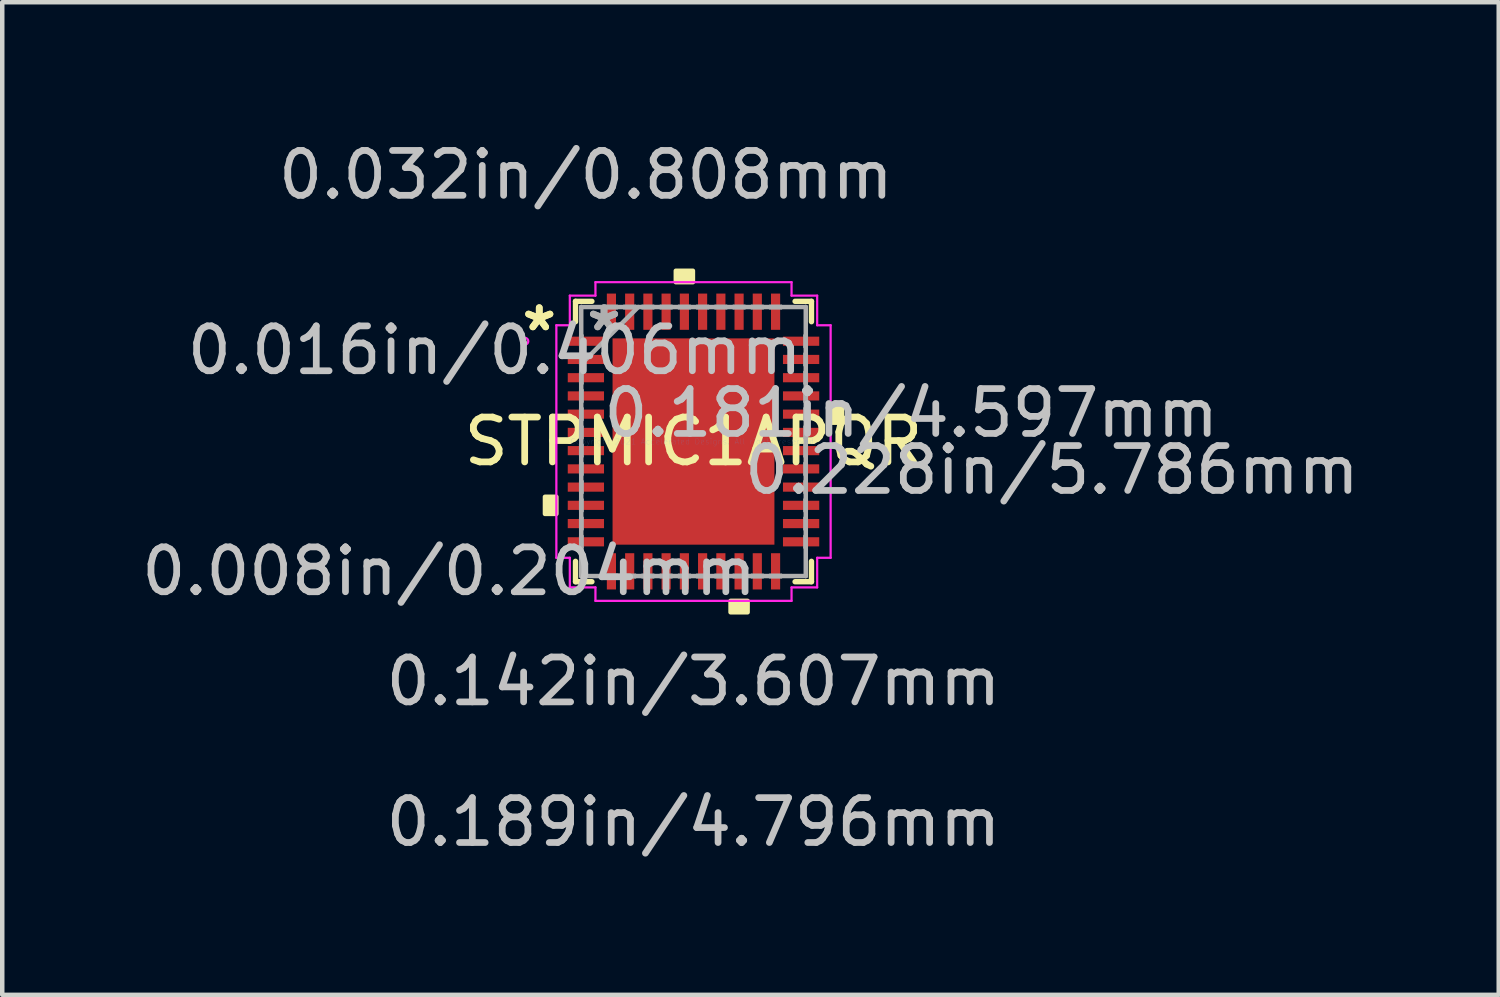
<source format=kicad_pcb>
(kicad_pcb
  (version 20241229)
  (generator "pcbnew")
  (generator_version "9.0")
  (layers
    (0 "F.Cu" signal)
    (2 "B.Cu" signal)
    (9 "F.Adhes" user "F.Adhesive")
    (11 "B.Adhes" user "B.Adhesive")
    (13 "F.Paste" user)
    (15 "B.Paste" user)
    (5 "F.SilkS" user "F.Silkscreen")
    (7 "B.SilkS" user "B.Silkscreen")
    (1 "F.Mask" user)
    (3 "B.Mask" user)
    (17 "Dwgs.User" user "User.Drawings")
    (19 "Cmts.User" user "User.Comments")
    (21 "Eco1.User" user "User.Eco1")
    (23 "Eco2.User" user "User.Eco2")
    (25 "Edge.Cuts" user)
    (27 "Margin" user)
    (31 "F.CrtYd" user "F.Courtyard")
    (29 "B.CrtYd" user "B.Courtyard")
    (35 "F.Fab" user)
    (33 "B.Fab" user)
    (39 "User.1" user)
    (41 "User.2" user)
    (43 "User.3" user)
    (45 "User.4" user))
  (footprint "STPMIC1APQR"
    (layer "F.Cu")
    (at 12.404 6.789)
    (property "Reference" "STPMIC1APQR" (at 0 0 0) (layer "F.SilkS") (effects (font (size 1 1) (thickness 0.15))))
    (attr through_hole)
    (fp_line (start -2.629 -3.124) (end -2.629 -2.67) (stroke (width 0.12) (type solid)) (layer "F.SilkS"))
    (fp_line (start -2.629 2.67) (end -2.629 3.124) (stroke (width 0.12) (type solid)) (layer "F.SilkS"))
    (fp_line (start -2.629 3.124) (end -2.264 3.124) (stroke (width 0.12) (type solid)) (layer "F.SilkS"))
    (fp_line (start -2.264 -3.124) (end -2.629 -3.124) (stroke (width 0.12) (type solid)) (layer "F.SilkS"))
    (fp_line (start 2.264 3.124) (end 2.629 3.124) (stroke (width 0.12) (type solid)) (layer "F.SilkS"))
    (fp_line (start 2.629 -3.124) (end 2.264 -3.124) (stroke (width 0.12) (type solid)) (layer "F.SilkS"))
    (fp_line (start 2.629 -2.67) (end 2.629 -3.124) (stroke (width 0.12) (type solid)) (layer "F.SilkS"))
    (fp_line (start 2.629 3.124) (end 2.629 2.67) (stroke (width 0.12) (type solid)) (layer "F.SilkS"))
    (fp_poly (pts (xy -3.31 1.232) (xy -3.31 1.613) (xy -3.056 1.613) (xy -3.056 1.232)) (stroke (width 0.1) (type solid)) (fill yes) (layer "F.SilkS"))
    (fp_poly (pts (xy -0.394 -3.551) (xy -0.394 -3.805) (xy -0.013 -3.805) (xy -0.013 -3.551)) (stroke (width 0.1) (type solid)) (fill yes) (layer "F.SilkS"))
    (fp_poly (pts (xy 0.826 3.551) (xy 0.826 3.805) (xy 1.206 3.805) (xy 1.206 3.551)) (stroke (width 0.1) (type solid)) (fill yes) (layer "F.SilkS"))
    (fp_poly (pts (xy 3.31 -0.8) (xy 3.31 -0.419) (xy 3.056 -0.419) (xy 3.056 -0.8)) (stroke (width 0.1) (type solid)) (fill yes) (layer "F.SilkS"))
    (fp_poly (pts (xy -1.703 -2.199) (xy -1.703 -0.866) (xy -0.1 -0.866) (xy -0.1 -2.199)) (stroke (width 0.1) (type solid)) (fill yes) (layer "F.Paste"))
    (fp_poly (pts (xy -1.703 -0.666) (xy -1.703 0.666) (xy -0.1 0.666) (xy -0.1 -0.666)) (stroke (width 0.1) (type solid)) (fill yes) (layer "F.Paste"))
    (fp_poly (pts (xy -1.703 0.866) (xy -1.703 2.199) (xy -0.1 2.199) (xy -0.1 0.866)) (stroke (width 0.1) (type solid)) (fill yes) (layer "F.Paste"))
    (fp_poly (pts (xy 0.1 -2.199) (xy 0.1 -0.866) (xy 1.703 -0.866) (xy 1.703 -2.199)) (stroke (width 0.1) (type solid)) (fill yes) (layer "F.Paste"))
    (fp_poly (pts (xy 0.1 -0.666) (xy 0.1 0.666) (xy 1.703 0.666) (xy 1.703 -0.666)) (stroke (width 0.1) (type solid)) (fill yes) (layer "F.Paste"))
    (fp_poly (pts (xy 0.1 0.866) (xy 0.1 2.199) (xy 1.703 2.199) (xy 1.703 0.866)) (stroke (width 0.1) (type solid)) (fill yes) (layer "F.Paste"))
    (fp_line (start -3.056 -2.591) (end -2.756 -2.591) (stroke (width 0.05) (type solid)) (layer "F.CrtYd"))
    (fp_line (start -3.056 2.591) (end -3.056 -2.591) (stroke (width 0.05) (type solid)) (layer "F.CrtYd"))
    (fp_line (start -2.756 -3.251) (end -2.185 -3.251) (stroke (width 0.05) (type solid)) (layer "F.CrtYd"))
    (fp_line (start -2.756 -2.591) (end -2.756 -3.251) (stroke (width 0.05) (type solid)) (layer "F.CrtYd"))
    (fp_line (start -2.756 2.591) (end -3.056 2.591) (stroke (width 0.05) (type solid)) (layer "F.CrtYd"))
    (fp_line (start -2.756 3.251) (end -2.756 2.591) (stroke (width 0.05) (type solid)) (layer "F.CrtYd"))
    (fp_line (start -2.185 -3.551) (end 2.185 -3.551) (stroke (width 0.05) (type solid)) (layer "F.CrtYd"))
    (fp_line (start -2.185 -3.251) (end -2.185 -3.551) (stroke (width 0.05) (type solid)) (layer "F.CrtYd"))
    (fp_line (start -2.185 3.251) (end -2.756 3.251) (stroke (width 0.05) (type solid)) (layer "F.CrtYd"))
    (fp_line (start -2.185 3.551) (end -2.185 3.251) (stroke (width 0.05) (type solid)) (layer "F.CrtYd"))
    (fp_line (start 2.185 -3.551) (end 2.185 -3.251) (stroke (width 0.05) (type solid)) (layer "F.CrtYd"))
    (fp_line (start 2.185 -3.251) (end 2.756 -3.251) (stroke (width 0.05) (type solid)) (layer "F.CrtYd"))
    (fp_line (start 2.185 3.251) (end 2.185 3.551) (stroke (width 0.05) (type solid)) (layer "F.CrtYd"))
    (fp_line (start 2.185 3.551) (end -2.185 3.551) (stroke (width 0.05) (type solid)) (layer "F.CrtYd"))
    (fp_line (start 2.756 -3.251) (end 2.756 -2.591) (stroke (width 0.05) (type solid)) (layer "F.CrtYd"))
    (fp_line (start 2.756 -2.591) (end 3.056 -2.591) (stroke (width 0.05) (type solid)) (layer "F.CrtYd"))
    (fp_line (start 2.756 2.591) (end 2.756 3.251) (stroke (width 0.05) (type solid)) (layer "F.CrtYd"))
    (fp_line (start 2.756 3.251) (end 2.185 3.251) (stroke (width 0.05) (type solid)) (layer "F.CrtYd"))
    (fp_line (start 3.056 -2.591) (end 3.056 2.591) (stroke (width 0.05) (type solid)) (layer "F.CrtYd"))
    (fp_line (start 3.056 2.591) (end 2.756 2.591) (stroke (width 0.05) (type solid)) (layer "F.CrtYd"))
    (fp_circle (center -3.757 -2.235) (end -3.681 -2.235) (stroke (width 0.05) (type solid)) (fill no) (layer "F.CrtYd"))
    (fp_line (start -2.502 -2.997) (end -2.502 -2.997) (stroke (width 0.1) (type solid)) (layer "F.Fab"))
    (fp_line (start -2.502 -2.997) (end -2.502 2.997) (stroke (width 0.1) (type solid)) (layer "F.Fab"))
    (fp_line (start -2.502 -2.362) (end -2.502 -2.362) (stroke (width 0.1) (type solid)) (layer "F.Fab"))
    (fp_line (start -2.502 -2.362) (end -2.502 -2.108) (stroke (width 0.1) (type solid)) (layer "F.Fab"))
    (fp_line (start -2.502 -2.108) (end -2.502 -2.362) (stroke (width 0.1) (type solid)) (layer "F.Fab"))
    (fp_line (start -2.502 -2.108) (end -2.502 -2.108) (stroke (width 0.1) (type solid)) (layer "F.Fab"))
    (fp_line (start -2.502 -1.956) (end -2.502 -1.956) (stroke (width 0.1) (type solid)) (layer "F.Fab"))
    (fp_line (start -2.502 -1.956) (end -2.502 -1.702) (stroke (width 0.1) (type solid)) (layer "F.Fab"))
    (fp_line (start -2.502 -1.727) (end -1.232 -2.997) (stroke (width 0.1) (type solid)) (layer "F.Fab"))
    (fp_line (start -2.502 -1.702) (end -2.502 -1.956) (stroke (width 0.1) (type solid)) (layer "F.Fab"))
    (fp_line (start -2.502 -1.702) (end -2.502 -1.702) (stroke (width 0.1) (type solid)) (layer "F.Fab"))
    (fp_line (start -2.502 -1.549) (end -2.502 -1.549) (stroke (width 0.1) (type solid)) (layer "F.Fab"))
    (fp_line (start -2.502 -1.549) (end -2.502 -1.295) (stroke (width 0.1) (type solid)) (layer "F.Fab"))
    (fp_line (start -2.502 -1.295) (end -2.502 -1.549) (stroke (width 0.1) (type solid)) (layer "F.Fab"))
    (fp_line (start -2.502 -1.295) (end -2.502 -1.295) (stroke (width 0.1) (type solid)) (layer "F.Fab"))
    (fp_line (start -2.502 -1.143) (end -2.502 -1.143) (stroke (width 0.1) (type solid)) (layer "F.Fab"))
    (fp_line (start -2.502 -1.143) (end -2.502 -0.889) (stroke (width 0.1) (type solid)) (layer "F.Fab"))
    (fp_line (start -2.502 -0.889) (end -2.502 -1.143) (stroke (width 0.1) (type solid)) (layer "F.Fab"))
    (fp_line (start -2.502 -0.889) (end -2.502 -0.889) (stroke (width 0.1) (type solid)) (layer "F.Fab"))
    (fp_line (start -2.502 -0.737) (end -2.502 -0.737) (stroke (width 0.1) (type solid)) (layer "F.Fab"))
    (fp_line (start -2.502 -0.737) (end -2.502 -0.483) (stroke (width 0.1) (type solid)) (layer "F.Fab"))
    (fp_line (start -2.502 -0.483) (end -2.502 -0.737) (stroke (width 0.1) (type solid)) (layer "F.Fab"))
    (fp_line (start -2.502 -0.483) (end -2.502 -0.483) (stroke (width 0.1) (type solid)) (layer "F.Fab"))
    (fp_line (start -2.502 -0.33) (end -2.502 -0.33) (stroke (width 0.1) (type solid)) (layer "F.Fab"))
    (fp_line (start -2.502 -0.33) (end -2.502 -0.076) (stroke (width 0.1) (type solid)) (layer "F.Fab"))
    (fp_line (start -2.502 -0.076) (end -2.502 -0.33) (stroke (width 0.1) (type solid)) (layer "F.Fab"))
    (fp_line (start -2.502 -0.076) (end -2.502 -0.076) (stroke (width 0.1) (type solid)) (layer "F.Fab"))
    (fp_line (start -2.502 0.076) (end -2.502 0.076) (stroke (width 0.1) (type solid)) (layer "F.Fab"))
    (fp_line (start -2.502 0.076) (end -2.502 0.33) (stroke (width 0.1) (type solid)) (layer "F.Fab"))
    (fp_line (start -2.502 0.33) (end -2.502 0.076) (stroke (width 0.1) (type solid)) (layer "F.Fab"))
    (fp_line (start -2.502 0.33) (end -2.502 0.33) (stroke (width 0.1) (type solid)) (layer "F.Fab"))
    (fp_line (start -2.502 0.483) (end -2.502 0.483) (stroke (width 0.1) (type solid)) (layer "F.Fab"))
    (fp_line (start -2.502 0.483) (end -2.502 0.737) (stroke (width 0.1) (type solid)) (layer "F.Fab"))
    (fp_line (start -2.502 0.737) (end -2.502 0.483) (stroke (width 0.1) (type solid)) (layer "F.Fab"))
    (fp_line (start -2.502 0.737) (end -2.502 0.737) (stroke (width 0.1) (type solid)) (layer "F.Fab"))
    (fp_line (start -2.502 0.889) (end -2.502 0.889) (stroke (width 0.1) (type solid)) (layer "F.Fab"))
    (fp_line (start -2.502 0.889) (end -2.502 1.143) (stroke (width 0.1) (type solid)) (layer "F.Fab"))
    (fp_line (start -2.502 1.143) (end -2.502 0.889) (stroke (width 0.1) (type solid)) (layer "F.Fab"))
    (fp_line (start -2.502 1.143) (end -2.502 1.143) (stroke (width 0.1) (type solid)) (layer "F.Fab"))
    (fp_line (start -2.502 1.295) (end -2.502 1.295) (stroke (width 0.1) (type solid)) (layer "F.Fab"))
    (fp_line (start -2.502 1.295) (end -2.502 1.549) (stroke (width 0.1) (type solid)) (layer "F.Fab"))
    (fp_line (start -2.502 1.549) (end -2.502 1.295) (stroke (width 0.1) (type solid)) (layer "F.Fab"))
    (fp_line (start -2.502 1.549) (end -2.502 1.549) (stroke (width 0.1) (type solid)) (layer "F.Fab"))
    (fp_line (start -2.502 1.702) (end -2.502 1.702) (stroke (width 0.1) (type solid)) (layer "F.Fab"))
    (fp_line (start -2.502 1.702) (end -2.502 1.956) (stroke (width 0.1) (type solid)) (layer "F.Fab"))
    (fp_line (start -2.502 1.956) (end -2.502 1.702) (stroke (width 0.1) (type solid)) (layer "F.Fab"))
    (fp_line (start -2.502 1.956) (end -2.502 1.956) (stroke (width 0.1) (type solid)) (layer "F.Fab"))
    (fp_line (start -2.502 2.108) (end -2.502 2.108) (stroke (width 0.1) (type solid)) (layer "F.Fab"))
    (fp_line (start -2.502 2.108) (end -2.502 2.362) (stroke (width 0.1) (type solid)) (layer "F.Fab"))
    (fp_line (start -2.502 2.362) (end -2.502 2.108) (stroke (width 0.1) (type solid)) (layer "F.Fab"))
    (fp_line (start -2.502 2.362) (end -2.502 2.362) (stroke (width 0.1) (type solid)) (layer "F.Fab"))
    (fp_line (start -2.502 2.997) (end -2.502 2.997) (stroke (width 0.1) (type solid)) (layer "F.Fab"))
    (fp_line (start -2.502 2.997) (end 2.502 2.997) (stroke (width 0.1) (type solid)) (layer "F.Fab"))
    (fp_line (start -1.956 -2.997) (end -1.956 -2.997) (stroke (width 0.1) (type solid)) (layer "F.Fab"))
    (fp_line (start -1.956 -2.997) (end -1.702 -2.997) (stroke (width 0.1) (type solid)) (layer "F.Fab"))
    (fp_line (start -1.956 2.997) (end -1.956 2.997) (stroke (width 0.1) (type solid)) (layer "F.Fab"))
    (fp_line (start -1.956 2.997) (end -1.702 2.997) (stroke (width 0.1) (type solid)) (layer "F.Fab"))
    (fp_line (start -1.702 -2.997) (end -1.956 -2.997) (stroke (width 0.1) (type solid)) (layer "F.Fab"))
    (fp_line (start -1.702 -2.997) (end -1.702 -2.997) (stroke (width 0.1) (type solid)) (layer "F.Fab"))
    (fp_line (start -1.702 2.997) (end -1.956 2.997) (stroke (width 0.1) (type solid)) (layer "F.Fab"))
    (fp_line (start -1.702 2.997) (end -1.702 2.997) (stroke (width 0.1) (type solid)) (layer "F.Fab"))
    (fp_line (start -1.549 -2.997) (end -1.549 -2.997) (stroke (width 0.1) (type solid)) (layer "F.Fab"))
    (fp_line (start -1.549 -2.997) (end -1.295 -2.997) (stroke (width 0.1) (type solid)) (layer "F.Fab"))
    (fp_line (start -1.549 2.997) (end -1.549 2.997) (stroke (width 0.1) (type solid)) (layer "F.Fab"))
    (fp_line (start -1.549 2.997) (end -1.295 2.997) (stroke (width 0.1) (type solid)) (layer "F.Fab"))
    (fp_line (start -1.295 -2.997) (end -1.549 -2.997) (stroke (width 0.1) (type solid)) (layer "F.Fab"))
    (fp_line (start -1.295 -2.997) (end -1.295 -2.997) (stroke (width 0.1) (type solid)) (layer "F.Fab"))
    (fp_line (start -1.295 2.997) (end -1.549 2.997) (stroke (width 0.1) (type solid)) (layer "F.Fab"))
    (fp_line (start -1.295 2.997) (end -1.295 2.997) (stroke (width 0.1) (type solid)) (layer "F.Fab"))
    (fp_line (start -1.143 -2.997) (end -1.143 -2.997) (stroke (width 0.1) (type solid)) (layer "F.Fab"))
    (fp_line (start -1.143 -2.997) (end -0.889 -2.997) (stroke (width 0.1) (type solid)) (layer "F.Fab"))
    (fp_line (start -1.143 2.997) (end -1.143 2.997) (stroke (width 0.1) (type solid)) (layer "F.Fab"))
    (fp_line (start -1.143 2.997) (end -0.889 2.997) (stroke (width 0.1) (type solid)) (layer "F.Fab"))
    (fp_line (start -0.889 -2.997) (end -1.143 -2.997) (stroke (width 0.1) (type solid)) (layer "F.Fab"))
    (fp_line (start -0.889 -2.997) (end -0.889 -2.997) (stroke (width 0.1) (type solid)) (layer "F.Fab"))
    (fp_line (start -0.889 2.997) (end -1.143 2.997) (stroke (width 0.1) (type solid)) (layer "F.Fab"))
    (fp_line (start -0.889 2.997) (end -0.889 2.997) (stroke (width 0.1) (type solid)) (layer "F.Fab"))
    (fp_line (start -0.737 -2.997) (end -0.737 -2.997) (stroke (width 0.1) (type solid)) (layer "F.Fab"))
    (fp_line (start -0.737 -2.997) (end -0.483 -2.997) (stroke (width 0.1) (type solid)) (layer "F.Fab"))
    (fp_line (start -0.737 2.997) (end -0.737 2.997) (stroke (width 0.1) (type solid)) (layer "F.Fab"))
    (fp_line (start -0.737 2.997) (end -0.483 2.997) (stroke (width 0.1) (type solid)) (layer "F.Fab"))
    (fp_line (start -0.483 -2.997) (end -0.737 -2.997) (stroke (width 0.1) (type solid)) (layer "F.Fab"))
    (fp_line (start -0.483 -2.997) (end -0.483 -2.997) (stroke (width 0.1) (type solid)) (layer "F.Fab"))
    (fp_line (start -0.483 2.997) (end -0.737 2.997) (stroke (width 0.1) (type solid)) (layer "F.Fab"))
    (fp_line (start -0.483 2.997) (end -0.483 2.997) (stroke (width 0.1) (type solid)) (layer "F.Fab"))
    (fp_line (start -0.33 -2.997) (end -0.33 -2.997) (stroke (width 0.1) (type solid)) (layer "F.Fab"))
    (fp_line (start -0.33 -2.997) (end -0.076 -2.997) (stroke (width 0.1) (type solid)) (layer "F.Fab"))
    (fp_line (start -0.33 2.997) (end -0.33 2.997) (stroke (width 0.1) (type solid)) (layer "F.Fab"))
    (fp_line (start -0.33 2.997) (end -0.076 2.997) (stroke (width 0.1) (type solid)) (layer "F.Fab"))
    (fp_line (start -0.076 -2.997) (end -0.33 -2.997) (stroke (width 0.1) (type solid)) (layer "F.Fab"))
    (fp_line (start -0.076 -2.997) (end -0.076 -2.997) (stroke (width 0.1) (type solid)) (layer "F.Fab"))
    (fp_line (start -0.076 2.997) (end -0.33 2.997) (stroke (width 0.1) (type solid)) (layer "F.Fab"))
    (fp_line (start -0.076 2.997) (end -0.076 2.997) (stroke (width 0.1) (type solid)) (layer "F.Fab"))
    (fp_line (start 0.076 -2.997) (end 0.076 -2.997) (stroke (width 0.1) (type solid)) (layer "F.Fab"))
    (fp_line (start 0.076 -2.997) (end 0.33 -2.997) (stroke (width 0.1) (type solid)) (layer "F.Fab"))
    (fp_line (start 0.076 2.997) (end 0.076 2.997) (stroke (width 0.1) (type solid)) (layer "F.Fab"))
    (fp_line (start 0.076 2.997) (end 0.33 2.997) (stroke (width 0.1) (type solid)) (layer "F.Fab"))
    (fp_line (start 0.33 -2.997) (end 0.076 -2.997) (stroke (width 0.1) (type solid)) (layer "F.Fab"))
    (fp_line (start 0.33 -2.997) (end 0.33 -2.997) (stroke (width 0.1) (type solid)) (layer "F.Fab"))
    (fp_line (start 0.33 2.997) (end 0.076 2.997) (stroke (width 0.1) (type solid)) (layer "F.Fab"))
    (fp_line (start 0.33 2.997) (end 0.33 2.997) (stroke (width 0.1) (type solid)) (layer "F.Fab"))
    (fp_line (start 0.483 -2.997) (end 0.483 -2.997) (stroke (width 0.1) (type solid)) (layer "F.Fab"))
    (fp_line (start 0.483 -2.997) (end 0.737 -2.997) (stroke (width 0.1) (type solid)) (layer "F.Fab"))
    (fp_line (start 0.483 2.997) (end 0.483 2.997) (stroke (width 0.1) (type solid)) (layer "F.Fab"))
    (fp_line (start 0.483 2.997) (end 0.737 2.997) (stroke (width 0.1) (type solid)) (layer "F.Fab"))
    (fp_line (start 0.737 -2.997) (end 0.483 -2.997) (stroke (width 0.1) (type solid)) (layer "F.Fab"))
    (fp_line (start 0.737 -2.997) (end 0.737 -2.997) (stroke (width 0.1) (type solid)) (layer "F.Fab"))
    (fp_line (start 0.737 2.997) (end 0.483 2.997) (stroke (width 0.1) (type solid)) (layer "F.Fab"))
    (fp_line (start 0.737 2.997) (end 0.737 2.997) (stroke (width 0.1) (type solid)) (layer "F.Fab"))
    (fp_line (start 0.889 -2.997) (end 0.889 -2.997) (stroke (width 0.1) (type solid)) (layer "F.Fab"))
    (fp_line (start 0.889 -2.997) (end 1.143 -2.997) (stroke (width 0.1) (type solid)) (layer "F.Fab"))
    (fp_line (start 0.889 2.997) (end 0.889 2.997) (stroke (width 0.1) (type solid)) (layer "F.Fab"))
    (fp_line (start 0.889 2.997) (end 1.143 2.997) (stroke (width 0.1) (type solid)) (layer "F.Fab"))
    (fp_line (start 1.143 -2.997) (end 0.889 -2.997) (stroke (width 0.1) (type solid)) (layer "F.Fab"))
    (fp_line (start 1.143 -2.997) (end 1.143 -2.997) (stroke (width 0.1) (type solid)) (layer "F.Fab"))
    (fp_line (start 1.143 2.997) (end 0.889 2.997) (stroke (width 0.1) (type solid)) (layer "F.Fab"))
    (fp_line (start 1.143 2.997) (end 1.143 2.997) (stroke (width 0.1) (type solid)) (layer "F.Fab"))
    (fp_line (start 1.295 -2.997) (end 1.295 -2.997) (stroke (width 0.1) (type solid)) (layer "F.Fab"))
    (fp_line (start 1.295 -2.997) (end 1.549 -2.997) (stroke (width 0.1) (type solid)) (layer "F.Fab"))
    (fp_line (start 1.295 2.997) (end 1.295 2.997) (stroke (width 0.1) (type solid)) (layer "F.Fab"))
    (fp_line (start 1.295 2.997) (end 1.549 2.997) (stroke (width 0.1) (type solid)) (layer "F.Fab"))
    (fp_line (start 1.549 -2.997) (end 1.295 -2.997) (stroke (width 0.1) (type solid)) (layer "F.Fab"))
    (fp_line (start 1.549 -2.997) (end 1.549 -2.997) (stroke (width 0.1) (type solid)) (layer "F.Fab"))
    (fp_line (start 1.549 2.997) (end 1.295 2.997) (stroke (width 0.1) (type solid)) (layer "F.Fab"))
    (fp_line (start 1.549 2.997) (end 1.549 2.997) (stroke (width 0.1) (type solid)) (layer "F.Fab"))
    (fp_line (start 1.702 -2.997) (end 1.702 -2.997) (stroke (width 0.1) (type solid)) (layer "F.Fab"))
    (fp_line (start 1.702 -2.997) (end 1.956 -2.997) (stroke (width 0.1) (type solid)) (layer "F.Fab"))
    (fp_line (start 1.702 2.997) (end 1.702 2.997) (stroke (width 0.1) (type solid)) (layer "F.Fab"))
    (fp_line (start 1.702 2.997) (end 1.956 2.997) (stroke (width 0.1) (type solid)) (layer "F.Fab"))
    (fp_line (start 1.956 -2.997) (end 1.702 -2.997) (stroke (width 0.1) (type solid)) (layer "F.Fab"))
    (fp_line (start 1.956 -2.997) (end 1.956 -2.997) (stroke (width 0.1) (type solid)) (layer "F.Fab"))
    (fp_line (start 1.956 2.997) (end 1.702 2.997) (stroke (width 0.1) (type solid)) (layer "F.Fab"))
    (fp_line (start 1.956 2.997) (end 1.956 2.997) (stroke (width 0.1) (type solid)) (layer "F.Fab"))
    (fp_line (start 2.502 -2.997) (end -2.502 -2.997) (stroke (width 0.1) (type solid)) (layer "F.Fab"))
    (fp_line (start 2.502 -2.997) (end 2.502 -2.997) (stroke (width 0.1) (type solid)) (layer "F.Fab"))
    (fp_line (start 2.502 -2.362) (end 2.502 -2.362) (stroke (width 0.1) (type solid)) (layer "F.Fab"))
    (fp_line (start 2.502 -2.362) (end 2.502 -2.108) (stroke (width 0.1) (type solid)) (layer "F.Fab"))
    (fp_line (start 2.502 -2.108) (end 2.502 -2.362) (stroke (width 0.1) (type solid)) (layer "F.Fab"))
    (fp_line (start 2.502 -2.108) (end 2.502 -2.108) (stroke (width 0.1) (type solid)) (layer "F.Fab"))
    (fp_line (start 2.502 -1.956) (end 2.502 -1.956) (stroke (width 0.1) (type solid)) (layer "F.Fab"))
    (fp_line (start 2.502 -1.956) (end 2.502 -1.702) (stroke (width 0.1) (type solid)) (layer "F.Fab"))
    (fp_line (start 2.502 -1.702) (end 2.502 -1.956) (stroke (width 0.1) (type solid)) (layer "F.Fab"))
    (fp_line (start 2.502 -1.702) (end 2.502 -1.702) (stroke (width 0.1) (type solid)) (layer "F.Fab"))
    (fp_line (start 2.502 -1.549) (end 2.502 -1.549) (stroke (width 0.1) (type solid)) (layer "F.Fab"))
    (fp_line (start 2.502 -1.549) (end 2.502 -1.295) (stroke (width 0.1) (type solid)) (layer "F.Fab"))
    (fp_line (start 2.502 -1.295) (end 2.502 -1.549) (stroke (width 0.1) (type solid)) (layer "F.Fab"))
    (fp_line (start 2.502 -1.295) (end 2.502 -1.295) (stroke (width 0.1) (type solid)) (layer "F.Fab"))
    (fp_line (start 2.502 -1.143) (end 2.502 -1.143) (stroke (width 0.1) (type solid)) (layer "F.Fab"))
    (fp_line (start 2.502 -1.143) (end 2.502 -0.889) (stroke (width 0.1) (type solid)) (layer "F.Fab"))
    (fp_line (start 2.502 -0.889) (end 2.502 -1.143) (stroke (width 0.1) (type solid)) (layer "F.Fab"))
    (fp_line (start 2.502 -0.889) (end 2.502 -0.889) (stroke (width 0.1) (type solid)) (layer "F.Fab"))
    (fp_line (start 2.502 -0.737) (end 2.502 -0.737) (stroke (width 0.1) (type solid)) (layer "F.Fab"))
    (fp_line (start 2.502 -0.737) (end 2.502 -0.483) (stroke (width 0.1) (type solid)) (layer "F.Fab"))
    (fp_line (start 2.502 -0.483) (end 2.502 -0.737) (stroke (width 0.1) (type solid)) (layer "F.Fab"))
    (fp_line (start 2.502 -0.483) (end 2.502 -0.483) (stroke (width 0.1) (type solid)) (layer "F.Fab"))
    (fp_line (start 2.502 -0.33) (end 2.502 -0.33) (stroke (width 0.1) (type solid)) (layer "F.Fab"))
    (fp_line (start 2.502 -0.33) (end 2.502 -0.076) (stroke (width 0.1) (type solid)) (layer "F.Fab"))
    (fp_line (start 2.502 -0.076) (end 2.502 -0.33) (stroke (width 0.1) (type solid)) (layer "F.Fab"))
    (fp_line (start 2.502 -0.076) (end 2.502 -0.076) (stroke (width 0.1) (type solid)) (layer "F.Fab"))
    (fp_line (start 2.502 0.076) (end 2.502 0.076) (stroke (width 0.1) (type solid)) (layer "F.Fab"))
    (fp_line (start 2.502 0.076) (end 2.502 0.33) (stroke (width 0.1) (type solid)) (layer "F.Fab"))
    (fp_line (start 2.502 0.33) (end 2.502 0.076) (stroke (width 0.1) (type solid)) (layer "F.Fab"))
    (fp_line (start 2.502 0.33) (end 2.502 0.33) (stroke (width 0.1) (type solid)) (layer "F.Fab"))
    (fp_line (start 2.502 0.483) (end 2.502 0.483) (stroke (width 0.1) (type solid)) (layer "F.Fab"))
    (fp_line (start 2.502 0.483) (end 2.502 0.737) (stroke (width 0.1) (type solid)) (layer "F.Fab"))
    (fp_line (start 2.502 0.737) (end 2.502 0.483) (stroke (width 0.1) (type solid)) (layer "F.Fab"))
    (fp_line (start 2.502 0.737) (end 2.502 0.737) (stroke (width 0.1) (type solid)) (layer "F.Fab"))
    (fp_line (start 2.502 0.889) (end 2.502 0.889) (stroke (width 0.1) (type solid)) (layer "F.Fab"))
    (fp_line (start 2.502 0.889) (end 2.502 1.143) (stroke (width 0.1) (type solid)) (layer "F.Fab"))
    (fp_line (start 2.502 1.143) (end 2.502 0.889) (stroke (width 0.1) (type solid)) (layer "F.Fab"))
    (fp_line (start 2.502 1.143) (end 2.502 1.143) (stroke (width 0.1) (type solid)) (layer "F.Fab"))
    (fp_line (start 2.502 1.295) (end 2.502 1.295) (stroke (width 0.1) (type solid)) (layer "F.Fab"))
    (fp_line (start 2.502 1.295) (end 2.502 1.549) (stroke (width 0.1) (type solid)) (layer "F.Fab"))
    (fp_line (start 2.502 1.549) (end 2.502 1.295) (stroke (width 0.1) (type solid)) (layer "F.Fab"))
    (fp_line (start 2.502 1.549) (end 2.502 1.549) (stroke (width 0.1) (type solid)) (layer "F.Fab"))
    (fp_line (start 2.502 1.702) (end 2.502 1.702) (stroke (width 0.1) (type solid)) (layer "F.Fab"))
    (fp_line (start 2.502 1.702) (end 2.502 1.956) (stroke (width 0.1) (type solid)) (layer "F.Fab"))
    (fp_line (start 2.502 1.956) (end 2.502 1.702) (stroke (width 0.1) (type solid)) (layer "F.Fab"))
    (fp_line (start 2.502 1.956) (end 2.502 1.956) (stroke (width 0.1) (type solid)) (layer "F.Fab"))
    (fp_line (start 2.502 2.108) (end 2.502 2.108) (stroke (width 0.1) (type solid)) (layer "F.Fab"))
    (fp_line (start 2.502 2.108) (end 2.502 2.362) (stroke (width 0.1) (type solid)) (layer "F.Fab"))
    (fp_line (start 2.502 2.362) (end 2.502 2.108) (stroke (width 0.1) (type solid)) (layer "F.Fab"))
    (fp_line (start 2.502 2.362) (end 2.502 2.362) (stroke (width 0.1) (type solid)) (layer "F.Fab"))
    (fp_line (start 2.502 2.997) (end 2.502 -2.997) (stroke (width 0.1) (type solid)) (layer "F.Fab"))
    (fp_line (start 2.502 2.997) (end 2.502 2.997) (stroke (width 0.1) (type solid)) (layer "F.Fab"))
    (fp_text user "*" (at -3.437 -2.438 0) (layer "F.SilkS") (effects (font (size 1 1) (thickness 0.15))))
    (fp_text user "*" (at -3.437 -2.438 0) (layer "F.SilkS") (effects (font (size 1 1) (thickness 0.15))))
    (fp_text user "0.032in/0.808mm" (at -2.398 -5.941 0) (layer "Dwgs.User") (effects (font (size 1 1) (thickness 0.15))))
    (fp_text user "0.228in/5.786mm" (at 7.986 0.635 0) (layer "Dwgs.User") (effects (font (size 1 1) (thickness 0.15))))
    (fp_text user "0.181in/4.597mm" (at 4.851 -0.635 0) (layer "Dwgs.User") (effects (font (size 1 1) (thickness 0.15))))
    (fp_text user "0.016in/0.406mm" (at -4.43 -2.032 0) (layer "Dwgs.User") (effects (font (size 1 1) (thickness 0.15))))
    (fp_text user "0.142in/3.607mm" (at 0 5.347 0) (layer "Dwgs.User") (effects (font (size 1 1) (thickness 0.15))))
    (fp_text user "0.189in/4.796mm" (at 0 8.481 0) (layer "Dwgs.User") (effects (font (size 1 1) (thickness 0.15))))
    (fp_text user "0.008in/0.204mm" (at -5.446 2.893 0) (layer "Dwgs.User") (effects (font (size 1 1) (thickness 0.15))))
    (fp_text user "Copyright 2021 Accelerated Designs. All rights reserved." (at 0 0 0) (layer "Cmts.User") (effects (font (size 0.127 0.127) (thickness 0.002))))
    (fp_text user "*" (at -1.994 -2.438 0) (layer "F.Fab") (effects (font (size 1 1) (thickness 0.15))))
    (fp_text user "*" (at -1.994 -2.438 0) (layer "F.Fab") (effects (font (size 1 1) (thickness 0.15))))
    (pad "1" smd rect (at -2.398 -2.235 90) (size 0.204 0.808) (layers "F.Cu" "F.Mask" "F.Paste"))
    (pad "2" smd rect (at -2.398 -1.829 90) (size 0.204 0.808) (layers "F.Cu" "F.Mask" "F.Paste"))
    (pad "3" smd rect (at -2.398 -1.422 90) (size 0.204 0.808) (layers "F.Cu" "F.Mask" "F.Paste"))
    (pad "4" smd rect (at -2.398 -1.016 90) (size 0.204 0.808) (layers "F.Cu" "F.Mask" "F.Paste"))
    (pad "5" smd rect (at -2.398 -0.61 90) (size 0.204 0.808) (layers "F.Cu" "F.Mask" "F.Paste"))
    (pad "6" smd rect (at -2.398 -0.203 90) (size 0.204 0.808) (layers "F.Cu" "F.Mask" "F.Paste"))
    (pad "7" smd rect (at -2.398 0.203 90) (size 0.204 0.808) (layers "F.Cu" "F.Mask" "F.Paste"))
    (pad "8" smd rect (at -2.398 0.61 90) (size 0.204 0.808) (layers "F.Cu" "F.Mask" "F.Paste"))
    (pad "9" smd rect (at -2.398 1.016 90) (size 0.204 0.808) (layers "F.Cu" "F.Mask" "F.Paste"))
    (pad "10" smd rect (at -2.398 1.422 90) (size 0.204 0.808) (layers "F.Cu" "F.Mask" "F.Paste"))
    (pad "11" smd rect (at -2.398 1.829 90) (size 0.204 0.808) (layers "F.Cu" "F.Mask" "F.Paste"))
    (pad "12" smd rect (at -2.398 2.235 90) (size 0.204 0.808) (layers "F.Cu" "F.Mask" "F.Paste"))
    (pad "13" smd rect (at -1.829 2.893) (size 0.204 0.808) (layers "F.Cu" "F.Mask" "F.Paste"))
    (pad "14" smd rect (at -1.422 2.893) (size 0.204 0.808) (layers "F.Cu" "F.Mask" "F.Paste"))
    (pad "15" smd rect (at -1.016 2.893) (size 0.204 0.808) (layers "F.Cu" "F.Mask" "F.Paste"))
    (pad "16" smd rect (at -0.61 2.893) (size 0.204 0.808) (layers "F.Cu" "F.Mask" "F.Paste"))
    (pad "17" smd rect (at -0.203 2.893) (size 0.204 0.808) (layers "F.Cu" "F.Mask" "F.Paste"))
    (pad "18" smd rect (at 0.203 2.893) (size 0.204 0.808) (layers "F.Cu" "F.Mask" "F.Paste"))
    (pad "19" smd rect (at 0.61 2.893) (size 0.204 0.808) (layers "F.Cu" "F.Mask" "F.Paste"))
    (pad "20" smd rect (at 1.016 2.893) (size 0.204 0.808) (layers "F.Cu" "F.Mask" "F.Paste"))
    (pad "21" smd rect (at 1.422 2.893) (size 0.204 0.808) (layers "F.Cu" "F.Mask" "F.Paste"))
    (pad "22" smd rect (at 1.829 2.893) (size 0.204 0.808) (layers "F.Cu" "F.Mask" "F.Paste"))
    (pad "23" smd rect (at 2.398 2.235 90) (size 0.204 0.808) (layers "F.Cu" "F.Mask" "F.Paste"))
    (pad "24" smd rect (at 2.398 1.829 90) (size 0.204 0.808) (layers "F.Cu" "F.Mask" "F.Paste"))
    (pad "25" smd rect (at 2.398 1.422 90) (size 0.204 0.808) (layers "F.Cu" "F.Mask" "F.Paste"))
    (pad "26" smd rect (at 2.398 1.016 90) (size 0.204 0.808) (layers "F.Cu" "F.Mask" "F.Paste"))
    (pad "27" smd rect (at 2.398 0.61 90) (size 0.204 0.808) (layers "F.Cu" "F.Mask" "F.Paste"))
    (pad "28" smd rect (at 2.398 0.203 90) (size 0.204 0.808) (layers "F.Cu" "F.Mask" "F.Paste"))
    (pad "29" smd rect (at 2.398 -0.203 90) (size 0.204 0.808) (layers "F.Cu" "F.Mask" "F.Paste"))
    (pad "30" smd rect (at 2.398 -0.61 90) (size 0.204 0.808) (layers "F.Cu" "F.Mask" "F.Paste"))
    (pad "31" smd rect (at 2.398 -1.016 90) (size 0.204 0.808) (layers "F.Cu" "F.Mask" "F.Paste"))
    (pad "32" smd rect (at 2.398 -1.422 90) (size 0.204 0.808) (layers "F.Cu" "F.Mask" "F.Paste"))
    (pad "33" smd rect (at 2.398 -1.829 90) (size 0.204 0.808) (layers "F.Cu" "F.Mask" "F.Paste"))
    (pad "34" smd rect (at 2.398 -2.235 90) (size 0.204 0.808) (layers "F.Cu" "F.Mask" "F.Paste"))
    (pad "35" smd rect (at 1.829 -2.893) (size 0.204 0.808) (layers "F.Cu" "F.Mask" "F.Paste"))
    (pad "36" smd rect (at 1.422 -2.893) (size 0.204 0.808) (layers "F.Cu" "F.Mask" "F.Paste"))
    (pad "37" smd rect (at 1.016 -2.893) (size 0.204 0.808) (layers "F.Cu" "F.Mask" "F.Paste"))
    (pad "38" smd rect (at 0.61 -2.893) (size 0.204 0.808) (layers "F.Cu" "F.Mask" "F.Paste"))
    (pad "39" smd rect (at 0.203 -2.893) (size 0.204 0.808) (layers "F.Cu" "F.Mask" "F.Paste"))
    (pad "40" smd rect (at -0.203 -2.893) (size 0.204 0.808) (layers "F.Cu" "F.Mask" "F.Paste"))
    (pad "41" smd rect (at -0.61 -2.893) (size 0.204 0.808) (layers "F.Cu" "F.Mask" "F.Paste"))
    (pad "42" smd rect (at -1.016 -2.893) (size 0.204 0.808) (layers "F.Cu" "F.Mask" "F.Paste"))
    (pad "43" smd rect (at -1.422 -2.893) (size 0.204 0.808) (layers "F.Cu" "F.Mask" "F.Paste"))
    (pad "44" smd rect (at -1.829 -2.893) (size 0.204 0.808) (layers "F.Cu" "F.Mask" "F.Paste"))
    (pad "45" smd rect (at 0 0) (size 3.607 4.597) (layers "F.Cu" "F.Mask")))
  (gr_rect
    (start -3 -3)
    (end 30.348 19.119)
    (stroke (width 0.1) (type default))
    (fill no)
    (layer "Edge.Cuts")))
</source>
